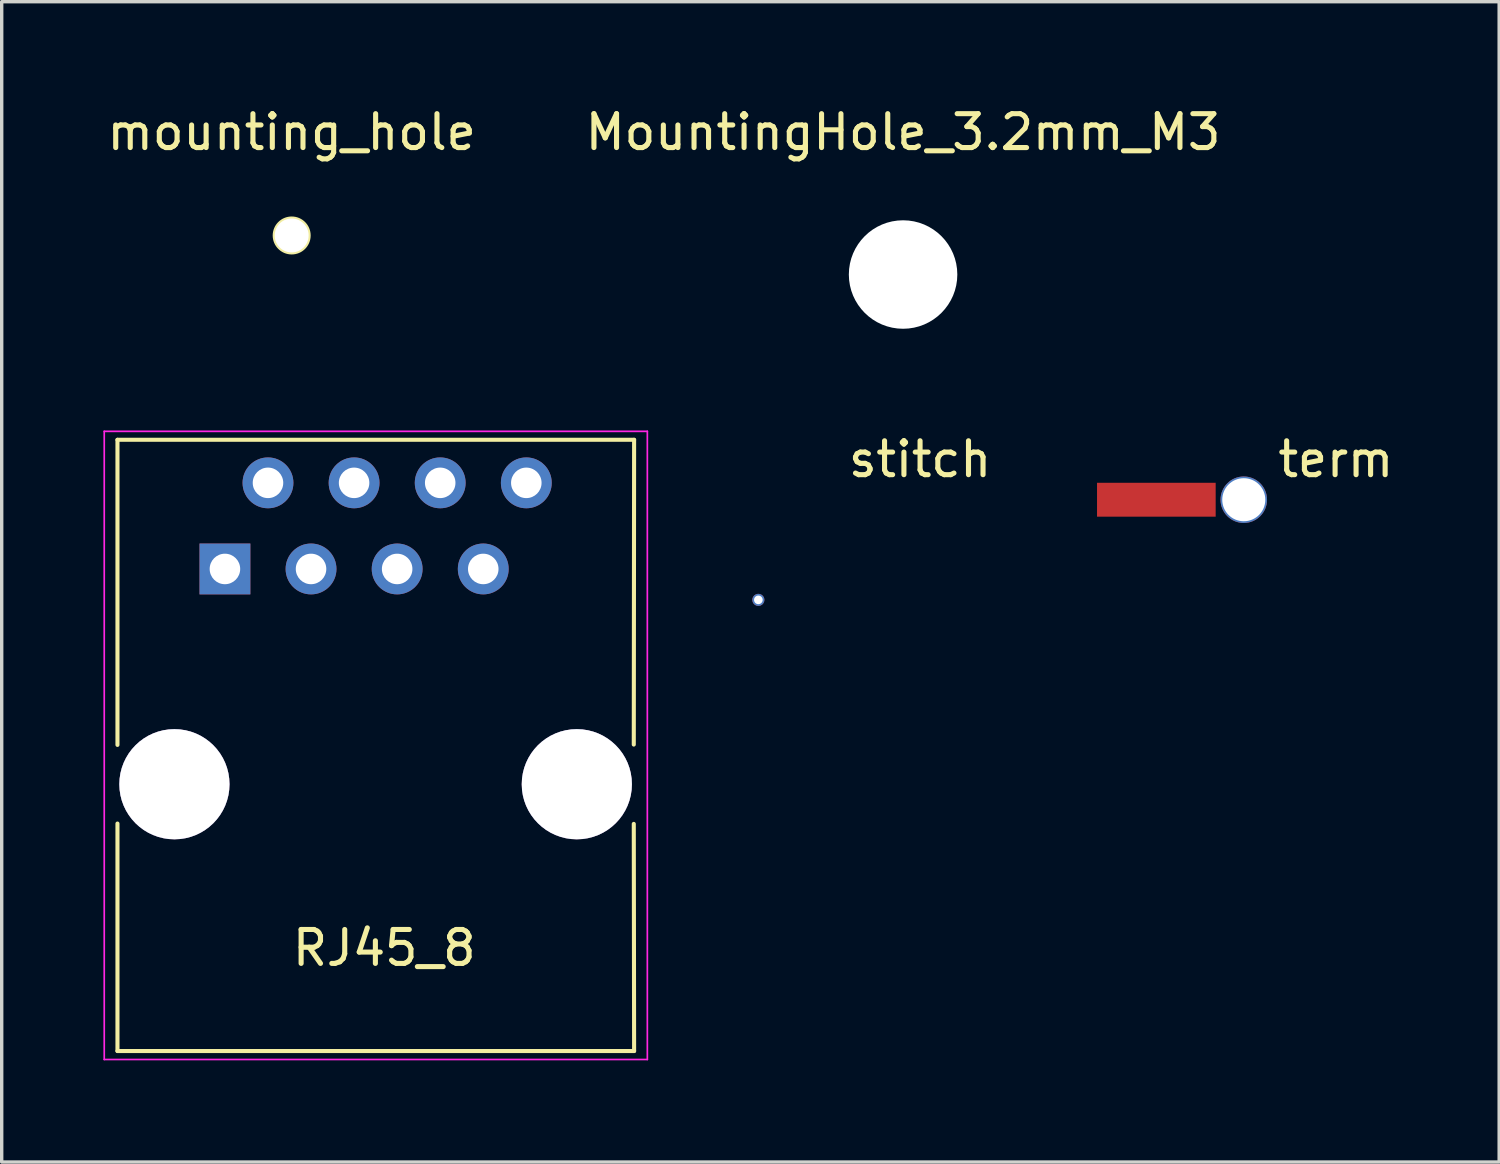
<source format=kicad_pcb>
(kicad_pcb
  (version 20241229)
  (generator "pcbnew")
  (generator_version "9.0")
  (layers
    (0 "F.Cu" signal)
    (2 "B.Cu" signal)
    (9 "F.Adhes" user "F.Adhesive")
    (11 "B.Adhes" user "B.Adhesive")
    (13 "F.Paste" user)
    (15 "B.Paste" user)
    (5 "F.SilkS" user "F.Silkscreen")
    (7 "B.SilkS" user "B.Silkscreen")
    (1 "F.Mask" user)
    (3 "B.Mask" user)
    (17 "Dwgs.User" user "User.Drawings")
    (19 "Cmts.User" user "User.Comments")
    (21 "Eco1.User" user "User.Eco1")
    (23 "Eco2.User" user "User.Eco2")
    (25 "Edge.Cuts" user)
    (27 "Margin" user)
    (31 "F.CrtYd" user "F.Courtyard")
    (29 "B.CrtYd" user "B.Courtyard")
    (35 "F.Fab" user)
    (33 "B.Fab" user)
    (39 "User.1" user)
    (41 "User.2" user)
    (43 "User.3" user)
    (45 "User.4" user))
  (footprint "RJ45_8"
    (layer "F.Cu")
    (at 3.585 13.733)
    (property "Reference" "RJ45_8" (at 4.7 11.18 0) (layer "F.SilkS") (effects (font (size 1 1) (thickness 0.15))))
    (attr through_hole)
    (fp_line (start -3.17 -3.81) (end -3.17 5.19) (stroke (width 0.12) (type solid)) (layer "F.SilkS"))
    (fp_line (start -3.17 7.51) (end -3.17 14.22) (stroke (width 0.12) (type solid)) (layer "F.SilkS"))
    (fp_line (start -3.17 14.22) (end 12.07 14.22) (stroke (width 0.12) (type solid)) (layer "F.SilkS"))
    (fp_line (start 12.06 7.52) (end 12.07 14.22) (stroke (width 0.12) (type solid)) (layer "F.SilkS"))
    (fp_line (start 12.07 -3.81) (end -3.17 -3.81) (stroke (width 0.12) (type solid)) (layer "F.SilkS"))
    (fp_line (start 12.07 -3.81) (end 12.06 5.18) (stroke (width 0.12) (type solid)) (layer "F.SilkS"))
    (fp_line (start -3.56 -4.06) (end -3.56 14.47) (stroke (width 0.05) (type solid)) (layer "F.CrtYd"))
    (fp_line (start -3.56 -4.06) (end 12.46 -4.06) (stroke (width 0.05) (type solid)) (layer "F.CrtYd"))
    (fp_line (start 12.46 14.47) (end -3.56 14.47) (stroke (width 0.05) (type solid)) (layer "F.CrtYd"))
    (fp_line (start 12.46 14.47) (end 12.46 -4.06) (stroke (width 0.05) (type solid)) (layer "F.CrtYd"))
    (pad "" thru_hole circle (at -1.49 6.35) (size 3.25 3.25) (drill 3.25) (layers "*.Cu" "*.Mask"))
    (pad "" thru_hole circle (at 10.38 6.35) (size 3.25 3.25) (drill 3.25) (layers "*.Cu" "*.Mask"))
    (pad "1" thru_hole rect (at 0 0) (size 1.5 1.5) (drill 0.9) (layers "*.Cu" "*.Mask"))
    (pad "2" thru_hole circle (at 1.27 -2.54) (size 1.5 1.5) (drill 0.9) (layers "*.Cu" "*.Mask"))
    (pad "3" thru_hole circle (at 2.54 0) (size 1.5 1.5) (drill 0.9) (layers "*.Cu" "*.Mask"))
    (pad "4" thru_hole circle (at 3.81 -2.54) (size 1.5 1.5) (drill 0.9) (layers "*.Cu" "*.Mask"))
    (pad "5" thru_hole circle (at 5.08 0) (size 1.5 1.5) (drill 0.9) (layers "*.Cu" "*.Mask"))
    (pad "6" thru_hole circle (at 6.35 -2.54) (size 1.5 1.5) (drill 0.9) (layers "*.Cu" "*.Mask"))
    (pad "7" thru_hole circle (at 7.62 0) (size 1.5 1.5) (drill 0.9) (layers "*.Cu" "*.Mask"))
    (pad "8" thru_hole circle (at 8.89 -2.54) (size 1.5 1.5) (drill 0.9) (layers "*.Cu" "*.Mask")))
  (footprint "stitch"
    (layer "F.Cu")
    (at 19.32 14.645)
    (property "Reference" "stitch" (at 4.77 -4.148 0) (layer "F.SilkS") (effects (font (size 1 1) (thickness 0.15))))
    (attr through_hole)
    (pad "1" thru_hole circle (at 0 0) (size 0.356 0.356) (drill 0.254) (layers "*.Cu" "*.Mask")))
  (footprint "MountingHole_3.2mm_M3"
    (layer "F.Cu")
    (at 23.589 5.048)
    (property "Reference" "MountingHole_3.2mm_M3" (at 0 -4.2 0) (layer "F.SilkS") (effects (font (size 1 1) (thickness 0.15))))
    (attr through_hole)
    (pad "" np_thru_hole circle (at 0 0) (size 3.2 3.2) (drill 3.2) (layers "*.Cu" "*.Mask")))
  (footprint "mounting_hole"
    (layer "F.Cu")
    (at 5.554 3.896)
    (property "Reference" "mounting_hole" (at 0 -3.048 0) (layer "F.SilkS") (effects (font (size 1 1) (thickness 0.15))))
    (attr through_hole)
    (fp_circle (center 0 0) (end 0 -0.5) (stroke (width 0.12) (type solid)) (fill no) (layer "F.SilkS"))
    (pad "1" thru_hole circle (at 0 0) (size 1 1) (drill 1) (layers "*.Cu" "*.Mask")))
  (footprint "term"
    (layer "F.Cu")
    (at 31.063 11.691)
    (property "Reference" "term" (at 5.293 -1.194 0) (layer "F.SilkS") (effects (font (size 1 1) (thickness 0.15))))
    (attr through_hole)
    (pad "1" smd rect (at -0.003 0) (size 3.5 1) (layers "F.Cu" "F.Mask" "F.Paste"))
    (pad "e" thru_hole circle (at 2.576 0) (size 1.372 1.372) (drill 1.27) (layers "*.Cu" "*.Mask")))
  (gr_rect
    (start -3 -3)
    (end 41.172 31.228)
    (stroke (width 0.1) (type default))
    (fill no)
    (layer "Edge.Cuts")))
</source>
